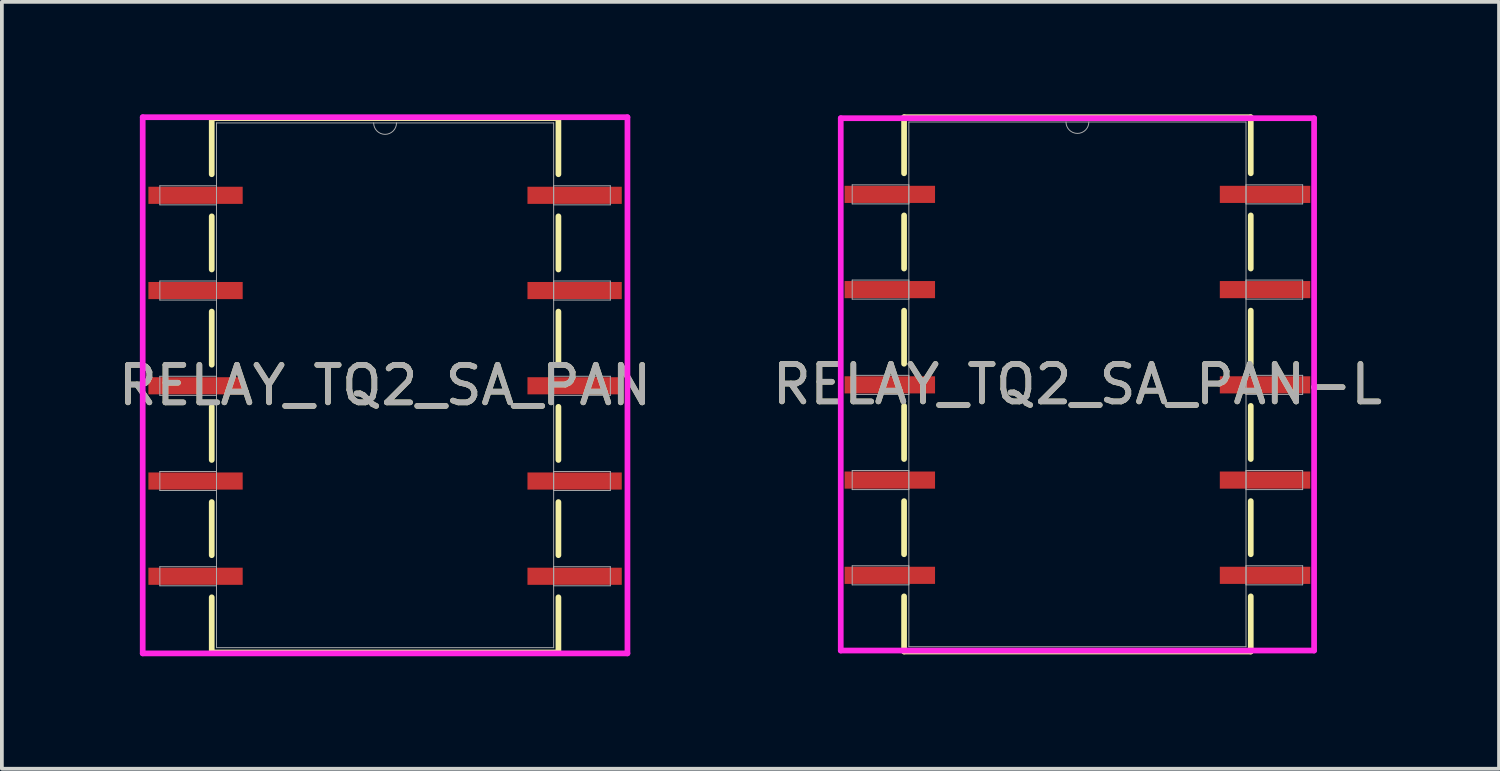
<source format=kicad_pcb>
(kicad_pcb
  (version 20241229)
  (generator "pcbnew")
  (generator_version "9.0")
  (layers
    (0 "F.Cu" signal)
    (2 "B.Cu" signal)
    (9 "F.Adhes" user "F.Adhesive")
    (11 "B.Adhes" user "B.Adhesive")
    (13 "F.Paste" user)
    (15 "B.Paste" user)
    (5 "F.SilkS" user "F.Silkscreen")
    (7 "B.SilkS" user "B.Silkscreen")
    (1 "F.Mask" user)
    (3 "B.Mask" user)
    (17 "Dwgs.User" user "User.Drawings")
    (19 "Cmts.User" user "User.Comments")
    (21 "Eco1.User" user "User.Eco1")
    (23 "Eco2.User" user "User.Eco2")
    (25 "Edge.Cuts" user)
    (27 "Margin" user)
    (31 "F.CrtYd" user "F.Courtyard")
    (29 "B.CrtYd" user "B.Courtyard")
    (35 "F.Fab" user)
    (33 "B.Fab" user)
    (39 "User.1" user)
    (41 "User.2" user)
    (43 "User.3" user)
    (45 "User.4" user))
  (footprint "RELAY_TQ2_SA_PAN-L"
    (layer "F.Cu")
    (at 25.685 7.201)
    (property "Reference" "RELAY_TQ2_SA_PAN-L" (at 0 0 0) (unlocked yes) (layer "F.SilkS") (effects (font (size 1 1) (thickness 0.15))))
    (attr smd)
    (fp_line (start -4.623 -7.125) (end -4.623 -5.629) (stroke (width 0.152) (type solid)) (layer "F.SilkS"))
    (fp_line (start -4.623 -4.506) (end -4.623 -3.089) (stroke (width 0.152) (type solid)) (layer "F.SilkS"))
    (fp_line (start -4.623 -1.966) (end -4.623 -0.549) (stroke (width 0.152) (type solid)) (layer "F.SilkS"))
    (fp_line (start -4.623 0.574) (end -4.623 1.991) (stroke (width 0.152) (type solid)) (layer "F.SilkS"))
    (fp_line (start -4.623 3.114) (end -4.623 4.531) (stroke (width 0.152) (type solid)) (layer "F.SilkS"))
    (fp_line (start -4.623 5.654) (end -4.623 7.125) (stroke (width 0.152) (type solid)) (layer "F.SilkS"))
    (fp_line (start -4.623 7.125) (end 4.623 7.125) (stroke (width 0.152) (type solid)) (layer "F.SilkS"))
    (fp_line (start 4.623 -7.125) (end -4.623 -7.125) (stroke (width 0.152) (type solid)) (layer "F.SilkS"))
    (fp_line (start 4.623 -5.629) (end 4.623 -7.125) (stroke (width 0.152) (type solid)) (layer "F.SilkS"))
    (fp_line (start 4.623 -3.089) (end 4.623 -4.506) (stroke (width 0.152) (type solid)) (layer "F.SilkS"))
    (fp_line (start 4.623 -0.549) (end 4.623 -1.966) (stroke (width 0.152) (type solid)) (layer "F.SilkS"))
    (fp_line (start 4.623 1.991) (end 4.623 0.574) (stroke (width 0.152) (type solid)) (layer "F.SilkS"))
    (fp_line (start 4.623 4.531) (end 4.623 3.114) (stroke (width 0.152) (type solid)) (layer "F.SilkS"))
    (fp_line (start 4.623 7.125) (end 4.623 5.654) (stroke (width 0.152) (type solid)) (layer "F.SilkS"))
    (fp_line (start -6.312 -7.099) (end 6.312 -7.099) (stroke (width 0.152) (type solid)) (layer "F.CrtYd"))
    (fp_line (start -6.312 7.099) (end -6.312 -7.099) (stroke (width 0.152) (type solid)) (layer "F.CrtYd"))
    (fp_line (start 6.312 -7.099) (end 6.312 7.099) (stroke (width 0.152) (type solid)) (layer "F.CrtYd"))
    (fp_line (start 6.312 7.099) (end -6.312 7.099) (stroke (width 0.152) (type solid)) (layer "F.CrtYd"))
    (fp_line (start -6.007 -5.321) (end -6.007 -4.813) (stroke (width 0.025) (type solid)) (layer "F.Fab"))
    (fp_line (start -6.007 -4.813) (end -4.496 -4.813) (stroke (width 0.025) (type solid)) (layer "F.Fab"))
    (fp_line (start -6.007 -2.781) (end -6.007 -2.273) (stroke (width 0.025) (type solid)) (layer "F.Fab"))
    (fp_line (start -6.007 -2.273) (end -4.496 -2.273) (stroke (width 0.025) (type solid)) (layer "F.Fab"))
    (fp_line (start -6.007 -0.241) (end -6.007 0.267) (stroke (width 0.025) (type solid)) (layer "F.Fab"))
    (fp_line (start -6.007 0.267) (end -4.496 0.267) (stroke (width 0.025) (type solid)) (layer "F.Fab"))
    (fp_line (start -6.007 2.299) (end -6.007 2.807) (stroke (width 0.025) (type solid)) (layer "F.Fab"))
    (fp_line (start -6.007 2.807) (end -4.496 2.807) (stroke (width 0.025) (type solid)) (layer "F.Fab"))
    (fp_line (start -6.007 4.839) (end -6.007 5.347) (stroke (width 0.025) (type solid)) (layer "F.Fab"))
    (fp_line (start -6.007 5.347) (end -4.496 5.347) (stroke (width 0.025) (type solid)) (layer "F.Fab"))
    (fp_line (start -4.496 -6.998) (end -4.496 6.998) (stroke (width 0.025) (type solid)) (layer "F.Fab"))
    (fp_line (start -4.496 -5.321) (end -6.007 -5.321) (stroke (width 0.025) (type solid)) (layer "F.Fab"))
    (fp_line (start -4.496 -4.813) (end -4.496 -5.321) (stroke (width 0.025) (type solid)) (layer "F.Fab"))
    (fp_line (start -4.496 -2.781) (end -6.007 -2.781) (stroke (width 0.025) (type solid)) (layer "F.Fab"))
    (fp_line (start -4.496 -2.273) (end -4.496 -2.781) (stroke (width 0.025) (type solid)) (layer "F.Fab"))
    (fp_line (start -4.496 -0.241) (end -6.007 -0.241) (stroke (width 0.025) (type solid)) (layer "F.Fab"))
    (fp_line (start -4.496 0.267) (end -4.496 -0.241) (stroke (width 0.025) (type solid)) (layer "F.Fab"))
    (fp_line (start -4.496 2.299) (end -6.007 2.299) (stroke (width 0.025) (type solid)) (layer "F.Fab"))
    (fp_line (start -4.496 2.807) (end -4.496 2.299) (stroke (width 0.025) (type solid)) (layer "F.Fab"))
    (fp_line (start -4.496 4.839) (end -6.007 4.839) (stroke (width 0.025) (type solid)) (layer "F.Fab"))
    (fp_line (start -4.496 5.347) (end -4.496 4.839) (stroke (width 0.025) (type solid)) (layer "F.Fab"))
    (fp_line (start -4.496 6.998) (end 4.496 6.998) (stroke (width 0.025) (type solid)) (layer "F.Fab"))
    (fp_line (start 4.496 -6.998) (end -4.496 -6.998) (stroke (width 0.025) (type solid)) (layer "F.Fab"))
    (fp_line (start 4.496 -5.321) (end 4.496 -4.813) (stroke (width 0.025) (type solid)) (layer "F.Fab"))
    (fp_line (start 4.496 -4.813) (end 6.007 -4.813) (stroke (width 0.025) (type solid)) (layer "F.Fab"))
    (fp_line (start 4.496 -2.781) (end 4.496 -2.273) (stroke (width 0.025) (type solid)) (layer "F.Fab"))
    (fp_line (start 4.496 -2.273) (end 6.007 -2.273) (stroke (width 0.025) (type solid)) (layer "F.Fab"))
    (fp_line (start 4.496 -0.241) (end 4.496 0.267) (stroke (width 0.025) (type solid)) (layer "F.Fab"))
    (fp_line (start 4.496 0.267) (end 6.007 0.267) (stroke (width 0.025) (type solid)) (layer "F.Fab"))
    (fp_line (start 4.496 2.299) (end 4.496 2.807) (stroke (width 0.025) (type solid)) (layer "F.Fab"))
    (fp_line (start 4.496 2.807) (end 6.007 2.807) (stroke (width 0.025) (type solid)) (layer "F.Fab"))
    (fp_line (start 4.496 4.839) (end 4.496 5.347) (stroke (width 0.025) (type solid)) (layer "F.Fab"))
    (fp_line (start 4.496 5.347) (end 6.007 5.347) (stroke (width 0.025) (type solid)) (layer "F.Fab"))
    (fp_line (start 4.496 6.998) (end 4.496 -6.998) (stroke (width 0.025) (type solid)) (layer "F.Fab"))
    (fp_line (start 6.007 -5.321) (end 4.496 -5.321) (stroke (width 0.025) (type solid)) (layer "F.Fab"))
    (fp_line (start 6.007 -4.813) (end 6.007 -5.321) (stroke (width 0.025) (type solid)) (layer "F.Fab"))
    (fp_line (start 6.007 -2.781) (end 4.496 -2.781) (stroke (width 0.025) (type solid)) (layer "F.Fab"))
    (fp_line (start 6.007 -2.273) (end 6.007 -2.781) (stroke (width 0.025) (type solid)) (layer "F.Fab"))
    (fp_line (start 6.007 -0.241) (end 4.496 -0.241) (stroke (width 0.025) (type solid)) (layer "F.Fab"))
    (fp_line (start 6.007 0.267) (end 6.007 -0.241) (stroke (width 0.025) (type solid)) (layer "F.Fab"))
    (fp_line (start 6.007 2.299) (end 4.496 2.299) (stroke (width 0.025) (type solid)) (layer "F.Fab"))
    (fp_line (start 6.007 2.807) (end 6.007 2.299) (stroke (width 0.025) (type solid)) (layer "F.Fab"))
    (fp_line (start 6.007 4.839) (end 4.496 4.839) (stroke (width 0.025) (type solid)) (layer "F.Fab"))
    (fp_line (start 6.007 5.347) (end 6.007 4.839) (stroke (width 0.025) (type solid)) (layer "F.Fab"))
    (fp_arc (start 0.3048 -6.9977) (mid 0 -6.6929) (end -0.3048 -6.9977) (stroke (width 0.0254) (type solid)) (layer "F.Fab"))
    (fp_text user "${REFERENCE}" (at 0 0 0) (unlocked yes) (layer "F.Fab") (effects (font (size 1 1) (thickness 0.15))))
    (pad "1" smd rect (at -5.004 -5.067) (size 2.413 0.457) (layers "F.Cu" "F.Mask" "F.Paste"))
    (pad "2" smd rect (at -5.004 -2.527) (size 2.413 0.457) (layers "F.Cu" "F.Mask" "F.Paste"))
    (pad "3" smd rect (at -5.004 0.013) (size 2.413 0.457) (layers "F.Cu" "F.Mask" "F.Paste"))
    (pad "4" smd rect (at -5.004 2.553) (size 2.413 0.457) (layers "F.Cu" "F.Mask" "F.Paste"))
    (pad "5" smd rect (at -5.004 5.093) (size 2.413 0.457) (layers "F.Cu" "F.Mask" "F.Paste"))
    (pad "6" smd rect (at 5.004 5.093) (size 2.413 0.457) (layers "F.Cu" "F.Mask" "F.Paste"))
    (pad "7" smd rect (at 5.004 2.553) (size 2.413 0.457) (layers "F.Cu" "F.Mask" "F.Paste"))
    (pad "8" smd rect (at 5.004 0.013) (size 2.413 0.457) (layers "F.Cu" "F.Mask" "F.Paste"))
    (pad "9" smd rect (at 5.004 -2.527) (size 2.413 0.457) (layers "F.Cu" "F.Mask" "F.Paste"))
    (pad "10" smd rect (at 5.004 -5.067) (size 2.413 0.457) (layers "F.Cu" "F.Mask" "F.Paste")))
  (footprint "RELAY_TQ2_SA_PAN"
    (layer "F.Cu")
    (at 7.22 7.226)
    (property "Reference" "RELAY_TQ2_SA_PAN" (at 0 0 0) (unlocked yes) (layer "F.SilkS") (effects (font (size 1 1) (thickness 0.15))))
    (attr smd)
    (fp_line (start -4.623 -7.125) (end -4.623 -5.629) (stroke (width 0.152) (type solid)) (layer "F.SilkS"))
    (fp_line (start -4.623 -4.506) (end -4.623 -3.089) (stroke (width 0.152) (type solid)) (layer "F.SilkS"))
    (fp_line (start -4.623 -1.966) (end -4.623 -0.549) (stroke (width 0.152) (type solid)) (layer "F.SilkS"))
    (fp_line (start -4.623 0.574) (end -4.623 1.991) (stroke (width 0.152) (type solid)) (layer "F.SilkS"))
    (fp_line (start -4.623 3.114) (end -4.623 4.531) (stroke (width 0.152) (type solid)) (layer "F.SilkS"))
    (fp_line (start -4.623 5.654) (end -4.623 7.125) (stroke (width 0.152) (type solid)) (layer "F.SilkS"))
    (fp_line (start -4.623 7.125) (end 4.623 7.125) (stroke (width 0.152) (type solid)) (layer "F.SilkS"))
    (fp_line (start 4.623 -7.125) (end -4.623 -7.125) (stroke (width 0.152) (type solid)) (layer "F.SilkS"))
    (fp_line (start 4.623 -5.629) (end 4.623 -7.125) (stroke (width 0.152) (type solid)) (layer "F.SilkS"))
    (fp_line (start 4.623 -3.089) (end 4.623 -4.506) (stroke (width 0.152) (type solid)) (layer "F.SilkS"))
    (fp_line (start 4.623 -0.549) (end 4.623 -1.966) (stroke (width 0.152) (type solid)) (layer "F.SilkS"))
    (fp_line (start 4.623 1.991) (end 4.623 0.574) (stroke (width 0.152) (type solid)) (layer "F.SilkS"))
    (fp_line (start 4.623 4.531) (end 4.623 3.114) (stroke (width 0.152) (type solid)) (layer "F.SilkS"))
    (fp_line (start 4.623 7.125) (end 4.623 5.654) (stroke (width 0.152) (type solid)) (layer "F.SilkS"))
    (fp_line (start -6.464 -7.15) (end 6.464 -7.15) (stroke (width 0.152) (type solid)) (layer "F.CrtYd"))
    (fp_line (start -6.464 7.15) (end -6.464 -7.15) (stroke (width 0.152) (type solid)) (layer "F.CrtYd"))
    (fp_line (start 6.464 -7.15) (end 6.464 7.15) (stroke (width 0.152) (type solid)) (layer "F.CrtYd"))
    (fp_line (start 6.464 7.15) (end -6.464 7.15) (stroke (width 0.152) (type solid)) (layer "F.CrtYd"))
    (fp_line (start -6.007 -5.321) (end -6.007 -4.813) (stroke (width 0.025) (type solid)) (layer "F.Fab"))
    (fp_line (start -6.007 -4.813) (end -4.496 -4.813) (stroke (width 0.025) (type solid)) (layer "F.Fab"))
    (fp_line (start -6.007 -2.781) (end -6.007 -2.273) (stroke (width 0.025) (type solid)) (layer "F.Fab"))
    (fp_line (start -6.007 -2.273) (end -4.496 -2.273) (stroke (width 0.025) (type solid)) (layer "F.Fab"))
    (fp_line (start -6.007 -0.241) (end -6.007 0.267) (stroke (width 0.025) (type solid)) (layer "F.Fab"))
    (fp_line (start -6.007 0.267) (end -4.496 0.267) (stroke (width 0.025) (type solid)) (layer "F.Fab"))
    (fp_line (start -6.007 2.299) (end -6.007 2.807) (stroke (width 0.025) (type solid)) (layer "F.Fab"))
    (fp_line (start -6.007 2.807) (end -4.496 2.807) (stroke (width 0.025) (type solid)) (layer "F.Fab"))
    (fp_line (start -6.007 4.839) (end -6.007 5.347) (stroke (width 0.025) (type solid)) (layer "F.Fab"))
    (fp_line (start -6.007 5.347) (end -4.496 5.347) (stroke (width 0.025) (type solid)) (layer "F.Fab"))
    (fp_line (start -4.496 -6.998) (end -4.496 6.998) (stroke (width 0.025) (type solid)) (layer "F.Fab"))
    (fp_line (start -4.496 -5.321) (end -6.007 -5.321) (stroke (width 0.025) (type solid)) (layer "F.Fab"))
    (fp_line (start -4.496 -4.813) (end -4.496 -5.321) (stroke (width 0.025) (type solid)) (layer "F.Fab"))
    (fp_line (start -4.496 -2.781) (end -6.007 -2.781) (stroke (width 0.025) (type solid)) (layer "F.Fab"))
    (fp_line (start -4.496 -2.273) (end -4.496 -2.781) (stroke (width 0.025) (type solid)) (layer "F.Fab"))
    (fp_line (start -4.496 -0.241) (end -6.007 -0.241) (stroke (width 0.025) (type solid)) (layer "F.Fab"))
    (fp_line (start -4.496 0.267) (end -4.496 -0.241) (stroke (width 0.025) (type solid)) (layer "F.Fab"))
    (fp_line (start -4.496 2.299) (end -6.007 2.299) (stroke (width 0.025) (type solid)) (layer "F.Fab"))
    (fp_line (start -4.496 2.807) (end -4.496 2.299) (stroke (width 0.025) (type solid)) (layer "F.Fab"))
    (fp_line (start -4.496 4.839) (end -6.007 4.839) (stroke (width 0.025) (type solid)) (layer "F.Fab"))
    (fp_line (start -4.496 5.347) (end -4.496 4.839) (stroke (width 0.025) (type solid)) (layer "F.Fab"))
    (fp_line (start -4.496 6.998) (end 4.496 6.998) (stroke (width 0.025) (type solid)) (layer "F.Fab"))
    (fp_line (start 4.496 -6.998) (end -4.496 -6.998) (stroke (width 0.025) (type solid)) (layer "F.Fab"))
    (fp_line (start 4.496 -5.321) (end 4.496 -4.813) (stroke (width 0.025) (type solid)) (layer "F.Fab"))
    (fp_line (start 4.496 -4.813) (end 6.007 -4.813) (stroke (width 0.025) (type solid)) (layer "F.Fab"))
    (fp_line (start 4.496 -2.781) (end 4.496 -2.273) (stroke (width 0.025) (type solid)) (layer "F.Fab"))
    (fp_line (start 4.496 -2.273) (end 6.007 -2.273) (stroke (width 0.025) (type solid)) (layer "F.Fab"))
    (fp_line (start 4.496 -0.241) (end 4.496 0.267) (stroke (width 0.025) (type solid)) (layer "F.Fab"))
    (fp_line (start 4.496 0.267) (end 6.007 0.267) (stroke (width 0.025) (type solid)) (layer "F.Fab"))
    (fp_line (start 4.496 2.299) (end 4.496 2.807) (stroke (width 0.025) (type solid)) (layer "F.Fab"))
    (fp_line (start 4.496 2.807) (end 6.007 2.807) (stroke (width 0.025) (type solid)) (layer "F.Fab"))
    (fp_line (start 4.496 4.839) (end 4.496 5.347) (stroke (width 0.025) (type solid)) (layer "F.Fab"))
    (fp_line (start 4.496 5.347) (end 6.007 5.347) (stroke (width 0.025) (type solid)) (layer "F.Fab"))
    (fp_line (start 4.496 6.998) (end 4.496 -6.998) (stroke (width 0.025) (type solid)) (layer "F.Fab"))
    (fp_line (start 6.007 -5.321) (end 4.496 -5.321) (stroke (width 0.025) (type solid)) (layer "F.Fab"))
    (fp_line (start 6.007 -4.813) (end 6.007 -5.321) (stroke (width 0.025) (type solid)) (layer "F.Fab"))
    (fp_line (start 6.007 -2.781) (end 4.496 -2.781) (stroke (width 0.025) (type solid)) (layer "F.Fab"))
    (fp_line (start 6.007 -2.273) (end 6.007 -2.781) (stroke (width 0.025) (type solid)) (layer "F.Fab"))
    (fp_line (start 6.007 -0.241) (end 4.496 -0.241) (stroke (width 0.025) (type solid)) (layer "F.Fab"))
    (fp_line (start 6.007 0.267) (end 6.007 -0.241) (stroke (width 0.025) (type solid)) (layer "F.Fab"))
    (fp_line (start 6.007 2.299) (end 4.496 2.299) (stroke (width 0.025) (type solid)) (layer "F.Fab"))
    (fp_line (start 6.007 2.807) (end 6.007 2.299) (stroke (width 0.025) (type solid)) (layer "F.Fab"))
    (fp_line (start 6.007 4.839) (end 4.496 4.839) (stroke (width 0.025) (type solid)) (layer "F.Fab"))
    (fp_line (start 6.007 5.347) (end 6.007 4.839) (stroke (width 0.025) (type solid)) (layer "F.Fab"))
    (fp_arc (start 0.3048 -6.9977) (mid 0 -6.6929) (end -0.3048 -6.9977) (stroke (width 0.0254) (type solid)) (layer "F.Fab"))
    (fp_text user "${REFERENCE}" (at 0 0 0) (unlocked yes) (layer "F.Fab") (effects (font (size 1 1) (thickness 0.15))))
    (pad "1" smd rect (at -5.055 -5.067) (size 2.515 0.457) (layers "F.Cu" "F.Mask" "F.Paste"))
    (pad "2" smd rect (at -5.055 -2.527) (size 2.515 0.457) (layers "F.Cu" "F.Mask" "F.Paste"))
    (pad "3" smd rect (at -5.055 0.013) (size 2.515 0.457) (layers "F.Cu" "F.Mask" "F.Paste"))
    (pad "4" smd rect (at -5.055 2.553) (size 2.515 0.457) (layers "F.Cu" "F.Mask" "F.Paste"))
    (pad "5" smd rect (at -5.055 5.093) (size 2.515 0.457) (layers "F.Cu" "F.Mask" "F.Paste"))
    (pad "6" smd rect (at 5.055 5.093) (size 2.515 0.457) (layers "F.Cu" "F.Mask" "F.Paste"))
    (pad "7" smd rect (at 5.055 2.553) (size 2.515 0.457) (layers "F.Cu" "F.Mask" "F.Paste"))
    (pad "8" smd rect (at 5.055 0.013) (size 2.515 0.457) (layers "F.Cu" "F.Mask" "F.Paste"))
    (pad "9" smd rect (at 5.055 -2.527) (size 2.515 0.457) (layers "F.Cu" "F.Mask" "F.Paste"))
    (pad "10" smd rect (at 5.055 -5.067) (size 2.515 0.457) (layers "F.Cu" "F.Mask" "F.Paste")))
  (gr_rect
    (start -3 -3)
    (end 36.929 17.453)
    (stroke (width 0.1) (type default))
    (fill no)
    (layer "Edge.Cuts")))
</source>
